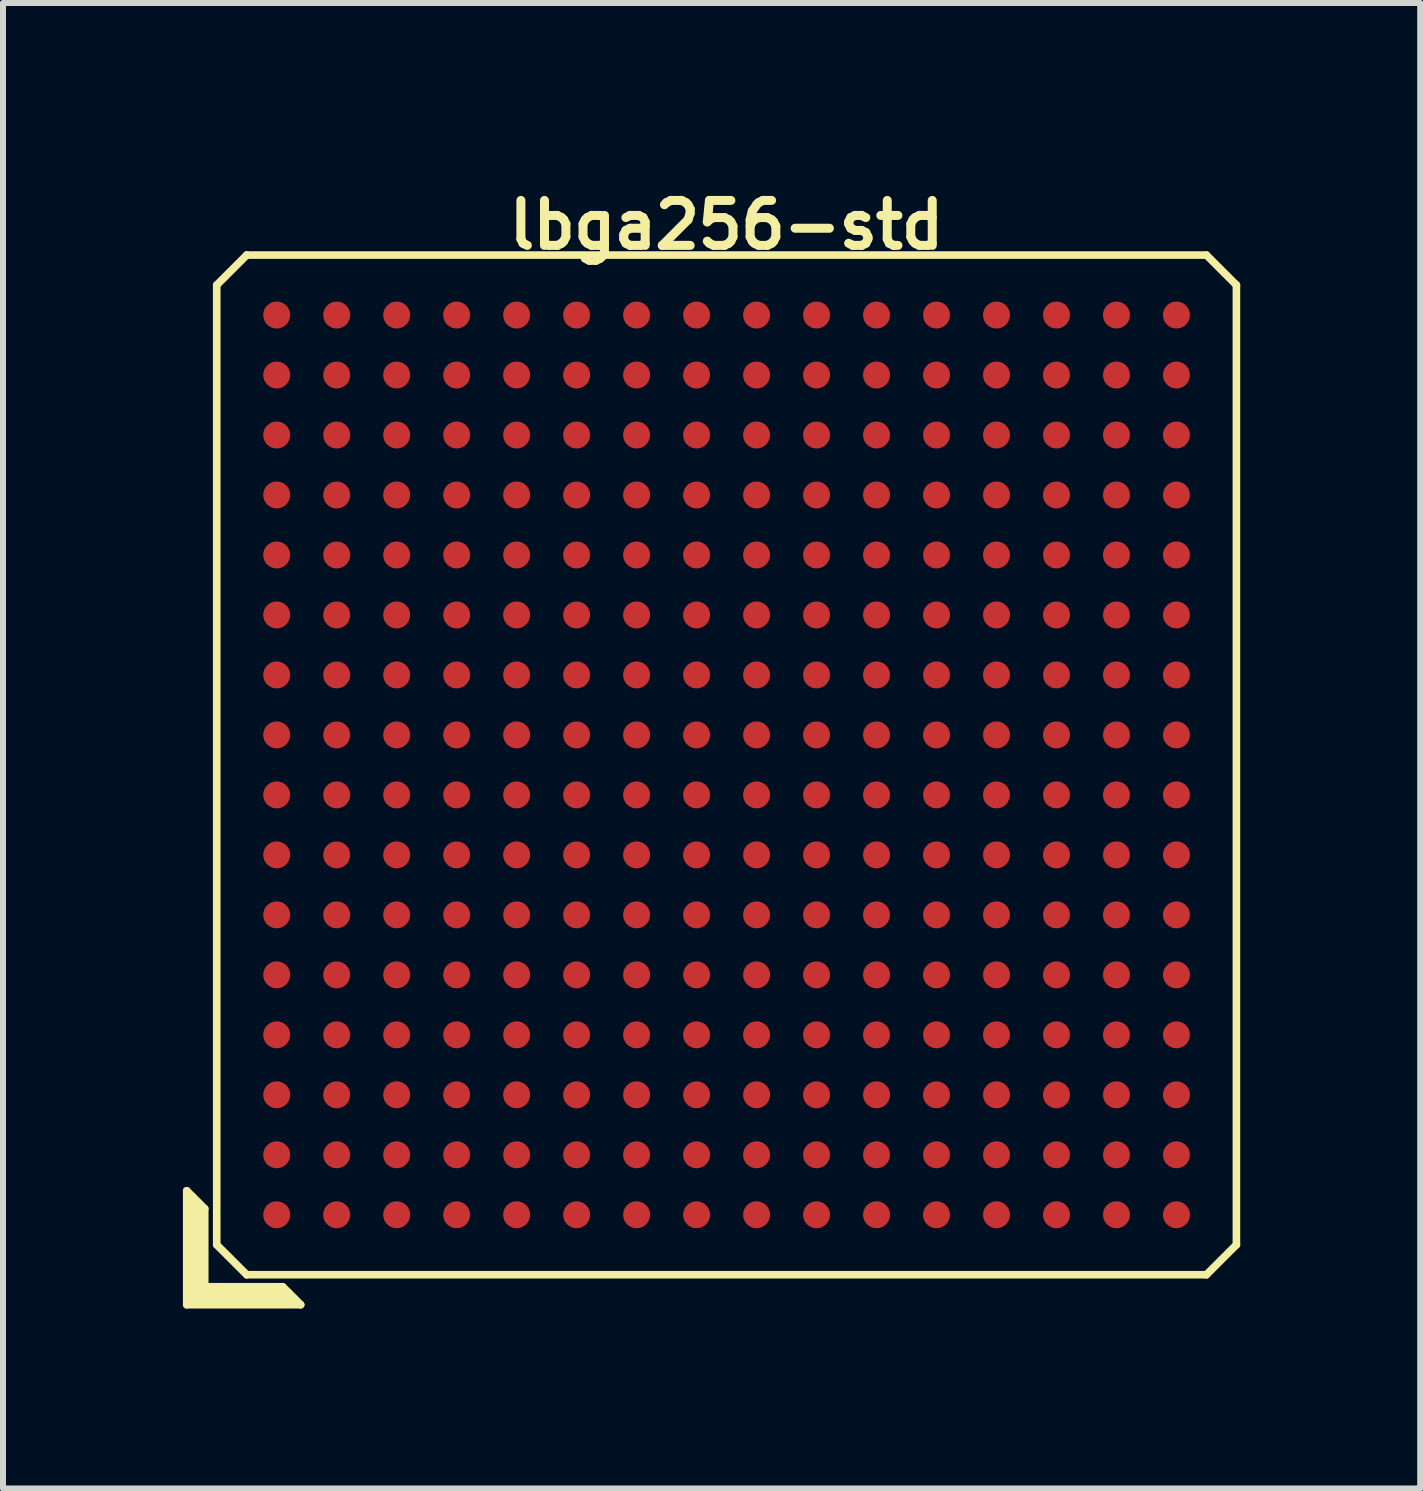
<source format=kicad_pcb>
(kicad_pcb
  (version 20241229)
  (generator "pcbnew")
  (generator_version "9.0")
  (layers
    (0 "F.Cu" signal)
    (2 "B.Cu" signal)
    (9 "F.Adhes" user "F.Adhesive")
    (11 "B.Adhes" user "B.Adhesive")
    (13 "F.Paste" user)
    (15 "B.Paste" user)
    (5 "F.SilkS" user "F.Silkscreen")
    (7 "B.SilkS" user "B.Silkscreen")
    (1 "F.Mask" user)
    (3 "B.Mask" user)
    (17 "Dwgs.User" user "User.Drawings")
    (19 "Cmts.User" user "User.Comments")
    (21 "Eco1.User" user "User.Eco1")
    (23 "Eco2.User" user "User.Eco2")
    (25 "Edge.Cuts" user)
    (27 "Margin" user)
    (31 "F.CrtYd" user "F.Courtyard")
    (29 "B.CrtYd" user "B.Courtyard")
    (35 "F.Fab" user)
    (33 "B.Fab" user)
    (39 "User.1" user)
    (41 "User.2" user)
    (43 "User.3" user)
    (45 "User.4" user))
  (footprint "lbga256-std"
    (layer "F.Cu")
    (at 9.063 9.702)
    (property "Reference" "lbga256-std" (at 0 -9 0) (layer "F.SilkS") (effects (font (size 0.75 0.75) (thickness 0.15))))
    (attr through_hole)
    (fp_line (start -9 7.1) (end -8.7 7.4) (stroke (width 0.127) (type solid)) (layer "F.SilkS"))
    (fp_line (start -9 9) (end -9 7.1) (stroke (width 0.127) (type solid)) (layer "F.SilkS"))
    (fp_line (start -8.9 8.9) (end -8.9 7.2) (stroke (width 0.127) (type solid)) (layer "F.SilkS"))
    (fp_line (start -8.8 7.3) (end -8.8 8.8) (stroke (width 0.127) (type solid)) (layer "F.SilkS"))
    (fp_line (start -8.8 8.8) (end -7.3 8.8) (stroke (width 0.127) (type solid)) (layer "F.SilkS"))
    (fp_line (start -8.7 7.4) (end -8.7 8.7) (stroke (width 0.127) (type solid)) (layer "F.SilkS"))
    (fp_line (start -8.7 8.7) (end -7.4 8.7) (stroke (width 0.127) (type solid)) (layer "F.SilkS"))
    (fp_line (start -8.5 -8) (end -8.5 8) (stroke (width 0.127) (type solid)) (layer "F.SilkS"))
    (fp_line (start -8.5 -8) (end -8 -8.5) (stroke (width 0.127) (type solid)) (layer "F.SilkS"))
    (fp_line (start -8 8.5) (end -8.5 8) (stroke (width 0.127) (type solid)) (layer "F.SilkS"))
    (fp_line (start -8 8.5) (end 8 8.5) (stroke (width 0.127) (type solid)) (layer "F.SilkS"))
    (fp_line (start -7.4 8.7) (end -7.1 9) (stroke (width 0.127) (type solid)) (layer "F.SilkS"))
    (fp_line (start -7.2 8.9) (end -8.9 8.9) (stroke (width 0.127) (type solid)) (layer "F.SilkS"))
    (fp_line (start -7.1 9) (end -9 9) (stroke (width 0.127) (type solid)) (layer "F.SilkS"))
    (fp_line (start 8 -8.5) (end -8 -8.5) (stroke (width 0.127) (type solid)) (layer "F.SilkS"))
    (fp_line (start 8 -8.5) (end 8.5 -8) (stroke (width 0.127) (type solid)) (layer "F.SilkS"))
    (fp_line (start 8.5 8) (end 8 8.5) (stroke (width 0.127) (type solid)) (layer "F.SilkS"))
    (fp_line (start 8.5 8) (end 8.5 -8) (stroke (width 0.127) (type solid)) (layer "F.SilkS"))
    (pad "A1" smd circle (at -7.5 7.5 90) (size 0.45 0.45) (layers "F.Cu" "F.Mask" "F.Paste"))
    (pad "A2" smd circle (at -7.5 6.5 90) (size 0.45 0.45) (layers "F.Cu" "F.Mask" "F.Paste"))
    (pad "A3" smd circle (at -7.5 5.5 90) (size 0.45 0.45) (layers "F.Cu" "F.Mask" "F.Paste"))
    (pad "A4" smd circle (at -7.5 4.5 90) (size 0.45 0.45) (layers "F.Cu" "F.Mask" "F.Paste"))
    (pad "A5" smd circle (at -7.5 3.5 90) (size 0.45 0.45) (layers "F.Cu" "F.Mask" "F.Paste"))
    (pad "A6" smd circle (at -7.5 2.5 90) (size 0.45 0.45) (layers "F.Cu" "F.Mask" "F.Paste"))
    (pad "A7" smd circle (at -7.5 1.5 90) (size 0.45 0.45) (layers "F.Cu" "F.Mask" "F.Paste"))
    (pad "A8" smd circle (at -7.5 0.5 90) (size 0.45 0.45) (layers "F.Cu" "F.Mask" "F.Paste"))
    (pad "A9" smd circle (at -7.5 -0.5 90) (size 0.45 0.45) (layers "F.Cu" "F.Mask" "F.Paste"))
    (pad "A10" smd circle (at -7.5 -1.5 90) (size 0.45 0.45) (layers "F.Cu" "F.Mask" "F.Paste"))
    (pad "A11" smd circle (at -7.5 -2.5 90) (size 0.45 0.45) (layers "F.Cu" "F.Mask" "F.Paste"))
    (pad "A12" smd circle (at -7.5 -3.5 90) (size 0.45 0.45) (layers "F.Cu" "F.Mask" "F.Paste"))
    (pad "A13" smd circle (at -7.5 -4.5 90) (size 0.45 0.45) (layers "F.Cu" "F.Mask" "F.Paste"))
    (pad "A14" smd circle (at -7.5 -5.5 90) (size 0.45 0.45) (layers "F.Cu" "F.Mask" "F.Paste"))
    (pad "A15" smd circle (at -7.5 -6.5 90) (size 0.45 0.45) (layers "F.Cu" "F.Mask" "F.Paste"))
    (pad "A16" smd circle (at -7.5 -7.5 90) (size 0.45 0.45) (layers "F.Cu" "F.Mask" "F.Paste"))
    (pad "B1" smd circle (at -6.5 7.5 90) (size 0.45 0.45) (layers "F.Cu" "F.Mask" "F.Paste"))
    (pad "B2" smd circle (at -6.5 6.5 90) (size 0.45 0.45) (layers "F.Cu" "F.Mask" "F.Paste"))
    (pad "B3" smd circle (at -6.5 5.5 90) (size 0.45 0.45) (layers "F.Cu" "F.Mask" "F.Paste"))
    (pad "B4" smd circle (at -6.5 4.5 90) (size 0.45 0.45) (layers "F.Cu" "F.Mask" "F.Paste"))
    (pad "B5" smd circle (at -6.5 3.5 90) (size 0.45 0.45) (layers "F.Cu" "F.Mask" "F.Paste"))
    (pad "B6" smd circle (at -6.5 2.5 90) (size 0.45 0.45) (layers "F.Cu" "F.Mask" "F.Paste"))
    (pad "B7" smd circle (at -6.5 1.5 90) (size 0.45 0.45) (layers "F.Cu" "F.Mask" "F.Paste"))
    (pad "B8" smd circle (at -6.5 0.5 90) (size 0.45 0.45) (layers "F.Cu" "F.Mask" "F.Paste"))
    (pad "B9" smd circle (at -6.5 -0.5 90) (size 0.45 0.45) (layers "F.Cu" "F.Mask" "F.Paste"))
    (pad "B10" smd circle (at -6.5 -1.5 90) (size 0.45 0.45) (layers "F.Cu" "F.Mask" "F.Paste"))
    (pad "B11" smd circle (at -6.5 -2.5 90) (size 0.45 0.45) (layers "F.Cu" "F.Mask" "F.Paste"))
    (pad "B12" smd circle (at -6.5 -3.5 90) (size 0.45 0.45) (layers "F.Cu" "F.Mask" "F.Paste"))
    (pad "B13" smd circle (at -6.5 -4.5 90) (size 0.45 0.45) (layers "F.Cu" "F.Mask" "F.Paste"))
    (pad "B14" smd circle (at -6.5 -5.5 90) (size 0.45 0.45) (layers "F.Cu" "F.Mask" "F.Paste"))
    (pad "B15" smd circle (at -6.5 -6.5 90) (size 0.45 0.45) (layers "F.Cu" "F.Mask" "F.Paste"))
    (pad "B16" smd circle (at -6.5 -7.5 90) (size 0.45 0.45) (layers "F.Cu" "F.Mask" "F.Paste"))
    (pad "C1" smd circle (at -5.5 7.5 90) (size 0.45 0.45) (layers "F.Cu" "F.Mask" "F.Paste"))
    (pad "C2" smd circle (at -5.5 6.5 90) (size 0.45 0.45) (layers "F.Cu" "F.Mask" "F.Paste"))
    (pad "C3" smd circle (at -5.5 5.5 90) (size 0.45 0.45) (layers "F.Cu" "F.Mask" "F.Paste"))
    (pad "C4" smd circle (at -5.5 4.5 90) (size 0.45 0.45) (layers "F.Cu" "F.Mask" "F.Paste"))
    (pad "C5" smd circle (at -5.5 3.5 90) (size 0.45 0.45) (layers "F.Cu" "F.Mask" "F.Paste"))
    (pad "C6" smd circle (at -5.5 2.5 90) (size 0.45 0.45) (layers "F.Cu" "F.Mask" "F.Paste"))
    (pad "C7" smd circle (at -5.5 1.5 90) (size 0.45 0.45) (layers "F.Cu" "F.Mask" "F.Paste"))
    (pad "C8" smd circle (at -5.5 0.5 90) (size 0.45 0.45) (layers "F.Cu" "F.Mask" "F.Paste"))
    (pad "C9" smd circle (at -5.5 -0.5 90) (size 0.45 0.45) (layers "F.Cu" "F.Mask" "F.Paste"))
    (pad "C10" smd circle (at -5.5 -1.5 90) (size 0.45 0.45) (layers "F.Cu" "F.Mask" "F.Paste"))
    (pad "C11" smd circle (at -5.5 -2.5 90) (size 0.45 0.45) (layers "F.Cu" "F.Mask" "F.Paste"))
    (pad "C12" smd circle (at -5.5 -3.5 90) (size 0.45 0.45) (layers "F.Cu" "F.Mask" "F.Paste"))
    (pad "C13" smd circle (at -5.5 -4.5 90) (size 0.45 0.45) (layers "F.Cu" "F.Mask" "F.Paste"))
    (pad "C14" smd circle (at -5.5 -5.5 90) (size 0.45 0.45) (layers "F.Cu" "F.Mask" "F.Paste"))
    (pad "C15" smd circle (at -5.5 -6.5 90) (size 0.45 0.45) (layers "F.Cu" "F.Mask" "F.Paste"))
    (pad "C16" smd circle (at -5.5 -7.5 90) (size 0.45 0.45) (layers "F.Cu" "F.Mask" "F.Paste"))
    (pad "D1" smd circle (at -4.5 7.5 90) (size 0.45 0.45) (layers "F.Cu" "F.Mask" "F.Paste"))
    (pad "D2" smd circle (at -4.5 6.5 90) (size 0.45 0.45) (layers "F.Cu" "F.Mask" "F.Paste"))
    (pad "D3" smd circle (at -4.5 5.5 90) (size 0.45 0.45) (layers "F.Cu" "F.Mask" "F.Paste"))
    (pad "D4" smd circle (at -4.5 4.5 90) (size 0.45 0.45) (layers "F.Cu" "F.Mask" "F.Paste"))
    (pad "D5" smd circle (at -4.5 3.5 90) (size 0.45 0.45) (layers "F.Cu" "F.Mask" "F.Paste"))
    (pad "D6" smd circle (at -4.5 2.5 90) (size 0.45 0.45) (layers "F.Cu" "F.Mask" "F.Paste"))
    (pad "D7" smd circle (at -4.5 1.5 90) (size 0.45 0.45) (layers "F.Cu" "F.Mask" "F.Paste"))
    (pad "D8" smd circle (at -4.5 0.5 90) (size 0.45 0.45) (layers "F.Cu" "F.Mask" "F.Paste"))
    (pad "D9" smd circle (at -4.5 -0.5 90) (size 0.45 0.45) (layers "F.Cu" "F.Mask" "F.Paste"))
    (pad "D10" smd circle (at -4.5 -1.5 90) (size 0.45 0.45) (layers "F.Cu" "F.Mask" "F.Paste"))
    (pad "D11" smd circle (at -4.5 -2.5 90) (size 0.45 0.45) (layers "F.Cu" "F.Mask" "F.Paste"))
    (pad "D12" smd circle (at -4.5 -3.5 90) (size 0.45 0.45) (layers "F.Cu" "F.Mask" "F.Paste"))
    (pad "D13" smd circle (at -4.5 -4.5 90) (size 0.45 0.45) (layers "F.Cu" "F.Mask" "F.Paste"))
    (pad "D14" smd circle (at -4.5 -5.5 90) (size 0.45 0.45) (layers "F.Cu" "F.Mask" "F.Paste"))
    (pad "D15" smd circle (at -4.5 -6.5 90) (size 0.45 0.45) (layers "F.Cu" "F.Mask" "F.Paste"))
    (pad "D16" smd circle (at -4.5 -7.5 90) (size 0.45 0.45) (layers "F.Cu" "F.Mask" "F.Paste"))
    (pad "E1" smd circle (at -3.5 7.5 90) (size 0.45 0.45) (layers "F.Cu" "F.Mask" "F.Paste"))
    (pad "E2" smd circle (at -3.5 6.5 90) (size 0.45 0.45) (layers "F.Cu" "F.Mask" "F.Paste"))
    (pad "E3" smd circle (at -3.5 5.5 90) (size 0.45 0.45) (layers "F.Cu" "F.Mask" "F.Paste"))
    (pad "E4" smd circle (at -3.5 4.5 90) (size 0.45 0.45) (layers "F.Cu" "F.Mask" "F.Paste"))
    (pad "E5" smd circle (at -3.5 3.5 90) (size 0.45 0.45) (layers "F.Cu" "F.Mask" "F.Paste"))
    (pad "E6" smd circle (at -3.5 2.5 90) (size 0.45 0.45) (layers "F.Cu" "F.Mask" "F.Paste"))
    (pad "E7" smd circle (at -3.5 1.5 90) (size 0.45 0.45) (layers "F.Cu" "F.Mask" "F.Paste"))
    (pad "E8" smd circle (at -3.5 0.5 90) (size 0.45 0.45) (layers "F.Cu" "F.Mask" "F.Paste"))
    (pad "E9" smd circle (at -3.5 -0.5 90) (size 0.45 0.45) (layers "F.Cu" "F.Mask" "F.Paste"))
    (pad "E10" smd circle (at -3.5 -1.5 90) (size 0.45 0.45) (layers "F.Cu" "F.Mask" "F.Paste"))
    (pad "E11" smd circle (at -3.5 -2.5 90) (size 0.45 0.45) (layers "F.Cu" "F.Mask" "F.Paste"))
    (pad "E12" smd circle (at -3.5 -3.5 90) (size 0.45 0.45) (layers "F.Cu" "F.Mask" "F.Paste"))
    (pad "E13" smd circle (at -3.5 -4.5 90) (size 0.45 0.45) (layers "F.Cu" "F.Mask" "F.Paste"))
    (pad "E14" smd circle (at -3.5 -5.5 90) (size 0.45 0.45) (layers "F.Cu" "F.Mask" "F.Paste"))
    (pad "E15" smd circle (at -3.5 -6.5 90) (size 0.45 0.45) (layers "F.Cu" "F.Mask" "F.Paste"))
    (pad "E16" smd circle (at -3.5 -7.5 90) (size 0.45 0.45) (layers "F.Cu" "F.Mask" "F.Paste"))
    (pad "F1" smd circle (at -2.5 7.5 90) (size 0.45 0.45) (layers "F.Cu" "F.Mask" "F.Paste"))
    (pad "F2" smd circle (at -2.5 6.5 90) (size 0.45 0.45) (layers "F.Cu" "F.Mask" "F.Paste"))
    (pad "F3" smd circle (at -2.5 5.5 90) (size 0.45 0.45) (layers "F.Cu" "F.Mask" "F.Paste"))
    (pad "F4" smd circle (at -2.5 4.5 90) (size 0.45 0.45) (layers "F.Cu" "F.Mask" "F.Paste"))
    (pad "F5" smd circle (at -2.5 3.5 90) (size 0.45 0.45) (layers "F.Cu" "F.Mask" "F.Paste"))
    (pad "F6" smd circle (at -2.5 2.5 90) (size 0.45 0.45) (layers "F.Cu" "F.Mask" "F.Paste"))
    (pad "F7" smd circle (at -2.5 1.5 90) (size 0.45 0.45) (layers "F.Cu" "F.Mask" "F.Paste"))
    (pad "F8" smd circle (at -2.5 0.5 90) (size 0.45 0.45) (layers "F.Cu" "F.Mask" "F.Paste"))
    (pad "F9" smd circle (at -2.5 -0.5 90) (size 0.45 0.45) (layers "F.Cu" "F.Mask" "F.Paste"))
    (pad "F10" smd circle (at -2.5 -1.5 90) (size 0.45 0.45) (layers "F.Cu" "F.Mask" "F.Paste"))
    (pad "F11" smd circle (at -2.5 -2.5 90) (size 0.45 0.45) (layers "F.Cu" "F.Mask" "F.Paste"))
    (pad "F12" smd circle (at -2.5 -3.5 90) (size 0.45 0.45) (layers "F.Cu" "F.Mask" "F.Paste"))
    (pad "F13" smd circle (at -2.5 -4.5 90) (size 0.45 0.45) (layers "F.Cu" "F.Mask" "F.Paste"))
    (pad "F14" smd circle (at -2.5 -5.5 90) (size 0.45 0.45) (layers "F.Cu" "F.Mask" "F.Paste"))
    (pad "F15" smd circle (at -2.5 -6.5 90) (size 0.45 0.45) (layers "F.Cu" "F.Mask" "F.Paste"))
    (pad "F16" smd circle (at -2.5 -7.5 90) (size 0.45 0.45) (layers "F.Cu" "F.Mask" "F.Paste"))
    (pad "G1" smd circle (at -1.5 7.5 90) (size 0.45 0.45) (layers "F.Cu" "F.Mask" "F.Paste"))
    (pad "G2" smd circle (at -1.5 6.5 90) (size 0.45 0.45) (layers "F.Cu" "F.Mask" "F.Paste"))
    (pad "G3" smd circle (at -1.5 5.5 90) (size 0.45 0.45) (layers "F.Cu" "F.Mask" "F.Paste"))
    (pad "G4" smd circle (at -1.5 4.5 90) (size 0.45 0.45) (layers "F.Cu" "F.Mask" "F.Paste"))
    (pad "G5" smd circle (at -1.5 3.5 90) (size 0.45 0.45) (layers "F.Cu" "F.Mask" "F.Paste"))
    (pad "G6" smd circle (at -1.5 2.5 90) (size 0.45 0.45) (layers "F.Cu" "F.Mask" "F.Paste"))
    (pad "G7" smd circle (at -1.5 1.5 90) (size 0.45 0.45) (layers "F.Cu" "F.Mask" "F.Paste"))
    (pad "G8" smd circle (at -1.5 0.5 90) (size 0.45 0.45) (layers "F.Cu" "F.Mask" "F.Paste"))
    (pad "G9" smd circle (at -1.5 -0.5 90) (size 0.45 0.45) (layers "F.Cu" "F.Mask" "F.Paste"))
    (pad "G10" smd circle (at -1.5 -1.5 90) (size 0.45 0.45) (layers "F.Cu" "F.Mask" "F.Paste"))
    (pad "G11" smd circle (at -1.5 -2.5 90) (size 0.45 0.45) (layers "F.Cu" "F.Mask" "F.Paste"))
    (pad "G12" smd circle (at -1.5 -3.5 90) (size 0.45 0.45) (layers "F.Cu" "F.Mask" "F.Paste"))
    (pad "G13" smd circle (at -1.5 -4.5 90) (size 0.45 0.45) (layers "F.Cu" "F.Mask" "F.Paste"))
    (pad "G14" smd circle (at -1.5 -5.5 90) (size 0.45 0.45) (layers "F.Cu" "F.Mask" "F.Paste"))
    (pad "G15" smd circle (at -1.5 -6.5 90) (size 0.45 0.45) (layers "F.Cu" "F.Mask" "F.Paste"))
    (pad "G16" smd circle (at -1.5 -7.5 90) (size 0.45 0.45) (layers "F.Cu" "F.Mask" "F.Paste"))
    (pad "H1" smd circle (at -0.5 7.5 90) (size 0.45 0.45) (layers "F.Cu" "F.Mask" "F.Paste"))
    (pad "H2" smd circle (at -0.5 6.5 90) (size 0.45 0.45) (layers "F.Cu" "F.Mask" "F.Paste"))
    (pad "H3" smd circle (at -0.5 5.5 90) (size 0.45 0.45) (layers "F.Cu" "F.Mask" "F.Paste"))
    (pad "H4" smd circle (at -0.5 4.5 90) (size 0.45 0.45) (layers "F.Cu" "F.Mask" "F.Paste"))
    (pad "H5" smd circle (at -0.5 3.5 90) (size 0.45 0.45) (layers "F.Cu" "F.Mask" "F.Paste"))
    (pad "H6" smd circle (at -0.5 2.5 90) (size 0.45 0.45) (layers "F.Cu" "F.Mask" "F.Paste"))
    (pad "H7" smd circle (at -0.5 1.5 90) (size 0.45 0.45) (layers "F.Cu" "F.Mask" "F.Paste"))
    (pad "H8" smd circle (at -0.5 0.5 90) (size 0.45 0.45) (layers "F.Cu" "F.Mask" "F.Paste"))
    (pad "H9" smd circle (at -0.5 -0.5 90) (size 0.45 0.45) (layers "F.Cu" "F.Mask" "F.Paste"))
    (pad "H10" smd circle (at -0.5 -1.5 90) (size 0.45 0.45) (layers "F.Cu" "F.Mask" "F.Paste"))
    (pad "H11" smd circle (at -0.5 -2.5 90) (size 0.45 0.45) (layers "F.Cu" "F.Mask" "F.Paste"))
    (pad "H12" smd circle (at -0.5 -3.5 90) (size 0.45 0.45) (layers "F.Cu" "F.Mask" "F.Paste"))
    (pad "H13" smd circle (at -0.5 -4.5 90) (size 0.45 0.45) (layers "F.Cu" "F.Mask" "F.Paste"))
    (pad "H14" smd circle (at -0.5 -5.5 90) (size 0.45 0.45) (layers "F.Cu" "F.Mask" "F.Paste"))
    (pad "H15" smd circle (at -0.5 -6.5 90) (size 0.45 0.45) (layers "F.Cu" "F.Mask" "F.Paste"))
    (pad "H16" smd circle (at -0.5 -7.5 90) (size 0.45 0.45) (layers "F.Cu" "F.Mask" "F.Paste"))
    (pad "J1" smd circle (at 0.5 7.5 90) (size 0.45 0.45) (layers "F.Cu" "F.Mask" "F.Paste"))
    (pad "J2" smd circle (at 0.5 6.5 90) (size 0.45 0.45) (layers "F.Cu" "F.Mask" "F.Paste"))
    (pad "J3" smd circle (at 0.5 5.5 90) (size 0.45 0.45) (layers "F.Cu" "F.Mask" "F.Paste"))
    (pad "J4" smd circle (at 0.5 4.5 90) (size 0.45 0.45) (layers "F.Cu" "F.Mask" "F.Paste"))
    (pad "J5" smd circle (at 0.5 3.5 90) (size 0.45 0.45) (layers "F.Cu" "F.Mask" "F.Paste"))
    (pad "J6" smd circle (at 0.5 2.5 90) (size 0.45 0.45) (layers "F.Cu" "F.Mask" "F.Paste"))
    (pad "J7" smd circle (at 0.5 1.5 90) (size 0.45 0.45) (layers "F.Cu" "F.Mask" "F.Paste"))
    (pad "J8" smd circle (at 0.5 0.5 90) (size 0.45 0.45) (layers "F.Cu" "F.Mask" "F.Paste"))
    (pad "J9" smd circle (at 0.5 -0.5 90) (size 0.45 0.45) (layers "F.Cu" "F.Mask" "F.Paste"))
    (pad "J10" smd circle (at 0.5 -1.5 90) (size 0.45 0.45) (layers "F.Cu" "F.Mask" "F.Paste"))
    (pad "J11" smd circle (at 0.5 -2.5 90) (size 0.45 0.45) (layers "F.Cu" "F.Mask" "F.Paste"))
    (pad "J12" smd circle (at 0.5 -3.5 90) (size 0.45 0.45) (layers "F.Cu" "F.Mask" "F.Paste"))
    (pad "J13" smd circle (at 0.5 -4.5 90) (size 0.45 0.45) (layers "F.Cu" "F.Mask" "F.Paste"))
    (pad "J14" smd circle (at 0.5 -5.5 90) (size 0.45 0.45) (layers "F.Cu" "F.Mask" "F.Paste"))
    (pad "J15" smd circle (at 0.5 -6.5 90) (size 0.45 0.45) (layers "F.Cu" "F.Mask" "F.Paste"))
    (pad "J16" smd circle (at 0.5 -7.5 90) (size 0.45 0.45) (layers "F.Cu" "F.Mask" "F.Paste"))
    (pad "K1" smd circle (at 1.5 7.5 90) (size 0.45 0.45) (layers "F.Cu" "F.Mask" "F.Paste"))
    (pad "K2" smd circle (at 1.5 6.5 90) (size 0.45 0.45) (layers "F.Cu" "F.Mask" "F.Paste"))
    (pad "K3" smd circle (at 1.5 5.5 90) (size 0.45 0.45) (layers "F.Cu" "F.Mask" "F.Paste"))
    (pad "K4" smd circle (at 1.5 4.5 90) (size 0.45 0.45) (layers "F.Cu" "F.Mask" "F.Paste"))
    (pad "K5" smd circle (at 1.5 3.5 90) (size 0.45 0.45) (layers "F.Cu" "F.Mask" "F.Paste"))
    (pad "K6" smd circle (at 1.5 2.5 90) (size 0.45 0.45) (layers "F.Cu" "F.Mask" "F.Paste"))
    (pad "K7" smd circle (at 1.5 1.5 90) (size 0.45 0.45) (layers "F.Cu" "F.Mask" "F.Paste"))
    (pad "K8" smd circle (at 1.5 0.5 90) (size 0.45 0.45) (layers "F.Cu" "F.Mask" "F.Paste"))
    (pad "K9" smd circle (at 1.5 -0.5 90) (size 0.45 0.45) (layers "F.Cu" "F.Mask" "F.Paste"))
    (pad "K10" smd circle (at 1.5 -1.5 90) (size 0.45 0.45) (layers "F.Cu" "F.Mask" "F.Paste"))
    (pad "K11" smd circle (at 1.5 -2.5 90) (size 0.45 0.45) (layers "F.Cu" "F.Mask" "F.Paste"))
    (pad "K12" smd circle (at 1.5 -3.5 90) (size 0.45 0.45) (layers "F.Cu" "F.Mask" "F.Paste"))
    (pad "K13" smd circle (at 1.5 -4.5 90) (size 0.45 0.45) (layers "F.Cu" "F.Mask" "F.Paste"))
    (pad "K14" smd circle (at 1.5 -5.5 90) (size 0.45 0.45) (layers "F.Cu" "F.Mask" "F.Paste"))
    (pad "K15" smd circle (at 1.5 -6.5 90) (size 0.45 0.45) (layers "F.Cu" "F.Mask" "F.Paste"))
    (pad "K16" smd circle (at 1.5 -7.5 90) (size 0.45 0.45) (layers "F.Cu" "F.Mask" "F.Paste"))
    (pad "L1" smd circle (at 2.5 7.5 90) (size 0.45 0.45) (layers "F.Cu" "F.Mask" "F.Paste"))
    (pad "L2" smd circle (at 2.5 6.5 90) (size 0.45 0.45) (layers "F.Cu" "F.Mask" "F.Paste"))
    (pad "L3" smd circle (at 2.5 5.5 90) (size 0.45 0.45) (layers "F.Cu" "F.Mask" "F.Paste"))
    (pad "L4" smd circle (at 2.5 4.5 90) (size 0.45 0.45) (layers "F.Cu" "F.Mask" "F.Paste"))
    (pad "L5" smd circle (at 2.5 3.5 90) (size 0.45 0.45) (layers "F.Cu" "F.Mask" "F.Paste"))
    (pad "L6" smd circle (at 2.5 2.5 90) (size 0.45 0.45) (layers "F.Cu" "F.Mask" "F.Paste"))
    (pad "L7" smd circle (at 2.5 1.5 90) (size 0.45 0.45) (layers "F.Cu" "F.Mask" "F.Paste"))
    (pad "L8" smd circle (at 2.5 0.5 90) (size 0.45 0.45) (layers "F.Cu" "F.Mask" "F.Paste"))
    (pad "L9" smd circle (at 2.5 -0.5 90) (size 0.45 0.45) (layers "F.Cu" "F.Mask" "F.Paste"))
    (pad "L10" smd circle (at 2.5 -1.5 90) (size 0.45 0.45) (layers "F.Cu" "F.Mask" "F.Paste"))
    (pad "L11" smd circle (at 2.5 -2.5 90) (size 0.45 0.45) (layers "F.Cu" "F.Mask" "F.Paste"))
    (pad "L12" smd circle (at 2.5 -3.5 90) (size 0.45 0.45) (layers "F.Cu" "F.Mask" "F.Paste"))
    (pad "L13" smd circle (at 2.5 -4.5 90) (size 0.45 0.45) (layers "F.Cu" "F.Mask" "F.Paste"))
    (pad "L14" smd circle (at 2.5 -5.5 90) (size 0.45 0.45) (layers "F.Cu" "F.Mask" "F.Paste"))
    (pad "L15" smd circle (at 2.5 -6.5 90) (size 0.45 0.45) (layers "F.Cu" "F.Mask" "F.Paste"))
    (pad "L16" smd circle (at 2.5 -7.5 90) (size 0.45 0.45) (layers "F.Cu" "F.Mask" "F.Paste"))
    (pad "M1" smd circle (at 3.5 7.5 90) (size 0.45 0.45) (layers "F.Cu" "F.Mask" "F.Paste"))
    (pad "M2" smd circle (at 3.5 6.5 90) (size 0.45 0.45) (layers "F.Cu" "F.Mask" "F.Paste"))
    (pad "M3" smd circle (at 3.5 5.5 90) (size 0.45 0.45) (layers "F.Cu" "F.Mask" "F.Paste"))
    (pad "M4" smd circle (at 3.5 4.5 90) (size 0.45 0.45) (layers "F.Cu" "F.Mask" "F.Paste"))
    (pad "M5" smd circle (at 3.5 3.5 90) (size 0.45 0.45) (layers "F.Cu" "F.Mask" "F.Paste"))
    (pad "M6" smd circle (at 3.5 2.5 90) (size 0.45 0.45) (layers "F.Cu" "F.Mask" "F.Paste"))
    (pad "M7" smd circle (at 3.5 1.5 90) (size 0.45 0.45) (layers "F.Cu" "F.Mask" "F.Paste"))
    (pad "M8" smd circle (at 3.5 0.5 90) (size 0.45 0.45) (layers "F.Cu" "F.Mask" "F.Paste"))
    (pad "M9" smd circle (at 3.5 -0.5 90) (size 0.45 0.45) (layers "F.Cu" "F.Mask" "F.Paste"))
    (pad "M10" smd circle (at 3.5 -1.5 90) (size 0.45 0.45) (layers "F.Cu" "F.Mask" "F.Paste"))
    (pad "M11" smd circle (at 3.5 -2.5 90) (size 0.45 0.45) (layers "F.Cu" "F.Mask" "F.Paste"))
    (pad "M12" smd circle (at 3.5 -3.5 90) (size 0.45 0.45) (layers "F.Cu" "F.Mask" "F.Paste"))
    (pad "M13" smd circle (at 3.5 -4.5 90) (size 0.45 0.45) (layers "F.Cu" "F.Mask" "F.Paste"))
    (pad "M14" smd circle (at 3.5 -5.5 90) (size 0.45 0.45) (layers "F.Cu" "F.Mask" "F.Paste"))
    (pad "M15" smd circle (at 3.5 -6.5 90) (size 0.45 0.45) (layers "F.Cu" "F.Mask" "F.Paste"))
    (pad "M16" smd circle (at 3.5 -7.5 90) (size 0.45 0.45) (layers "F.Cu" "F.Mask" "F.Paste"))
    (pad "N1" smd circle (at 4.5 7.5 90) (size 0.45 0.45) (layers "F.Cu" "F.Mask" "F.Paste"))
    (pad "N2" smd circle (at 4.5 6.5 90) (size 0.45 0.45) (layers "F.Cu" "F.Mask" "F.Paste"))
    (pad "N3" smd circle (at 4.5 5.5 90) (size 0.45 0.45) (layers "F.Cu" "F.Mask" "F.Paste"))
    (pad "N4" smd circle (at 4.5 4.5 90) (size 0.45 0.45) (layers "F.Cu" "F.Mask" "F.Paste"))
    (pad "N5" smd circle (at 4.5 3.5 90) (size 0.45 0.45) (layers "F.Cu" "F.Mask" "F.Paste"))
    (pad "N6" smd circle (at 4.5 2.5 90) (size 0.45 0.45) (layers "F.Cu" "F.Mask" "F.Paste"))
    (pad "N7" smd circle (at 4.5 1.5 90) (size 0.45 0.45) (layers "F.Cu" "F.Mask" "F.Paste"))
    (pad "N8" smd circle (at 4.5 0.5 90) (size 0.45 0.45) (layers "F.Cu" "F.Mask" "F.Paste"))
    (pad "N9" smd circle (at 4.5 -0.5 90) (size 0.45 0.45) (layers "F.Cu" "F.Mask" "F.Paste"))
    (pad "N10" smd circle (at 4.5 -1.5 90) (size 0.45 0.45) (layers "F.Cu" "F.Mask" "F.Paste"))
    (pad "N11" smd circle (at 4.5 -2.5 90) (size 0.45 0.45) (layers "F.Cu" "F.Mask" "F.Paste"))
    (pad "N12" smd circle (at 4.5 -3.5 90) (size 0.45 0.45) (layers "F.Cu" "F.Mask" "F.Paste"))
    (pad "N13" smd circle (at 4.5 -4.5 90) (size 0.45 0.45) (layers "F.Cu" "F.Mask" "F.Paste"))
    (pad "N14" smd circle (at 4.5 -5.5 90) (size 0.45 0.45) (layers "F.Cu" "F.Mask" "F.Paste"))
    (pad "N15" smd circle (at 4.5 -6.5 90) (size 0.45 0.45) (layers "F.Cu" "F.Mask" "F.Paste"))
    (pad "N16" smd circle (at 4.5 -7.5 90) (size 0.45 0.45) (layers "F.Cu" "F.Mask" "F.Paste"))
    (pad "P1" smd circle (at 5.5 7.5 90) (size 0.45 0.45) (layers "F.Cu" "F.Mask" "F.Paste"))
    (pad "P2" smd circle (at 5.5 6.5 90) (size 0.45 0.45) (layers "F.Cu" "F.Mask" "F.Paste"))
    (pad "P3" smd circle (at 5.5 5.5 90) (size 0.45 0.45) (layers "F.Cu" "F.Mask" "F.Paste"))
    (pad "P4" smd circle (at 5.5 4.5 90) (size 0.45 0.45) (layers "F.Cu" "F.Mask" "F.Paste"))
    (pad "P5" smd circle (at 5.5 3.5 90) (size 0.45 0.45) (layers "F.Cu" "F.Mask" "F.Paste"))
    (pad "P6" smd circle (at 5.5 2.5 90) (size 0.45 0.45) (layers "F.Cu" "F.Mask" "F.Paste"))
    (pad "P7" smd circle (at 5.5 1.5 90) (size 0.45 0.45) (layers "F.Cu" "F.Mask" "F.Paste"))
    (pad "P8" smd circle (at 5.5 0.5 90) (size 0.45 0.45) (layers "F.Cu" "F.Mask" "F.Paste"))
    (pad "P9" smd circle (at 5.5 -0.5 90) (size 0.45 0.45) (layers "F.Cu" "F.Mask" "F.Paste"))
    (pad "P10" smd circle (at 5.5 -1.5 90) (size 0.45 0.45) (layers "F.Cu" "F.Mask" "F.Paste"))
    (pad "P11" smd circle (at 5.5 -2.5 90) (size 0.45 0.45) (layers "F.Cu" "F.Mask" "F.Paste"))
    (pad "P12" smd circle (at 5.5 -3.5 90) (size 0.45 0.45) (layers "F.Cu" "F.Mask" "F.Paste"))
    (pad "P13" smd circle (at 5.5 -4.5 90) (size 0.45 0.45) (layers "F.Cu" "F.Mask" "F.Paste"))
    (pad "P14" smd circle (at 5.5 -5.5 90) (size 0.45 0.45) (layers "F.Cu" "F.Mask" "F.Paste"))
    (pad "P15" smd circle (at 5.5 -6.5 90) (size 0.45 0.45) (layers "F.Cu" "F.Mask" "F.Paste"))
    (pad "P16" smd circle (at 5.5 -7.5 90) (size 0.45 0.45) (layers "F.Cu" "F.Mask" "F.Paste"))
    (pad "R1" smd circle (at 6.5 7.5 90) (size 0.45 0.45) (layers "F.Cu" "F.Mask" "F.Paste"))
    (pad "R2" smd circle (at 6.5 6.5 90) (size 0.45 0.45) (layers "F.Cu" "F.Mask" "F.Paste"))
    (pad "R3" smd circle (at 6.5 5.5 90) (size 0.45 0.45) (layers "F.Cu" "F.Mask" "F.Paste"))
    (pad "R4" smd circle (at 6.5 4.5 90) (size 0.45 0.45) (layers "F.Cu" "F.Mask" "F.Paste"))
    (pad "R5" smd circle (at 6.5 3.5 90) (size 0.45 0.45) (layers "F.Cu" "F.Mask" "F.Paste"))
    (pad "R6" smd circle (at 6.5 2.5 90) (size 0.45 0.45) (layers "F.Cu" "F.Mask" "F.Paste"))
    (pad "R7" smd circle (at 6.5 1.5 90) (size 0.45 0.45) (layers "F.Cu" "F.Mask" "F.Paste"))
    (pad "R8" smd circle (at 6.5 0.5 90) (size 0.45 0.45) (layers "F.Cu" "F.Mask" "F.Paste"))
    (pad "R9" smd circle (at 6.5 -0.5 90) (size 0.45 0.45) (layers "F.Cu" "F.Mask" "F.Paste"))
    (pad "R10" smd circle (at 6.5 -1.5 90) (size 0.45 0.45) (layers "F.Cu" "F.Mask" "F.Paste"))
    (pad "R11" smd circle (at 6.5 -2.5 90) (size 0.45 0.45) (layers "F.Cu" "F.Mask" "F.Paste"))
    (pad "R12" smd circle (at 6.5 -3.5 90) (size 0.45 0.45) (layers "F.Cu" "F.Mask" "F.Paste"))
    (pad "R13" smd circle (at 6.5 -4.5 90) (size 0.45 0.45) (layers "F.Cu" "F.Mask" "F.Paste"))
    (pad "R14" smd circle (at 6.5 -5.5 90) (size 0.45 0.45) (layers "F.Cu" "F.Mask" "F.Paste"))
    (pad "R15" smd circle (at 6.5 -6.5 90) (size 0.45 0.45) (layers "F.Cu" "F.Mask" "F.Paste"))
    (pad "R16" smd circle (at 6.5 -7.5 90) (size 0.45 0.45) (layers "F.Cu" "F.Mask" "F.Paste"))
    (pad "T1" smd circle (at 7.5 7.5 90) (size 0.45 0.45) (layers "F.Cu" "F.Mask" "F.Paste"))
    (pad "T2" smd circle (at 7.5 6.5 90) (size 0.45 0.45) (layers "F.Cu" "F.Mask" "F.Paste"))
    (pad "T3" smd circle (at 7.5 5.5 90) (size 0.45 0.45) (layers "F.Cu" "F.Mask" "F.Paste"))
    (pad "T4" smd circle (at 7.5 4.5 90) (size 0.45 0.45) (layers "F.Cu" "F.Mask" "F.Paste"))
    (pad "T5" smd circle (at 7.5 3.5 90) (size 0.45 0.45) (layers "F.Cu" "F.Mask" "F.Paste"))
    (pad "T6" smd circle (at 7.5 2.5 90) (size 0.45 0.45) (layers "F.Cu" "F.Mask" "F.Paste"))
    (pad "T7" smd circle (at 7.5 1.5 90) (size 0.45 0.45) (layers "F.Cu" "F.Mask" "F.Paste"))
    (pad "T8" smd circle (at 7.5 0.5 90) (size 0.45 0.45) (layers "F.Cu" "F.Mask" "F.Paste"))
    (pad "T9" smd circle (at 7.5 -0.5 90) (size 0.45 0.45) (layers "F.Cu" "F.Mask" "F.Paste"))
    (pad "T10" smd circle (at 7.5 -1.5 90) (size 0.45 0.45) (layers "F.Cu" "F.Mask" "F.Paste"))
    (pad "T11" smd circle (at 7.5 -2.5 90) (size 0.45 0.45) (layers "F.Cu" "F.Mask" "F.Paste"))
    (pad "T12" smd circle (at 7.5 -3.5 90) (size 0.45 0.45) (layers "F.Cu" "F.Mask" "F.Paste"))
    (pad "T13" smd circle (at 7.5 -4.5 90) (size 0.45 0.45) (layers "F.Cu" "F.Mask" "F.Paste"))
    (pad "T14" smd circle (at 7.5 -5.5 90) (size 0.45 0.45) (layers "F.Cu" "F.Mask" "F.Paste"))
    (pad "T15" smd circle (at 7.5 -6.5 90) (size 0.45 0.45) (layers "F.Cu" "F.Mask" "F.Paste"))
    (pad "T16" smd circle (at 7.5 -7.5 90) (size 0.45 0.45) (layers "F.Cu" "F.Mask" "F.Paste")))
  (gr_rect
    (start -3 -3)
    (end 20.627 21.765)
    (stroke (width 0.1) (type default))
    (fill no)
    (layer "Edge.Cuts")))
</source>
